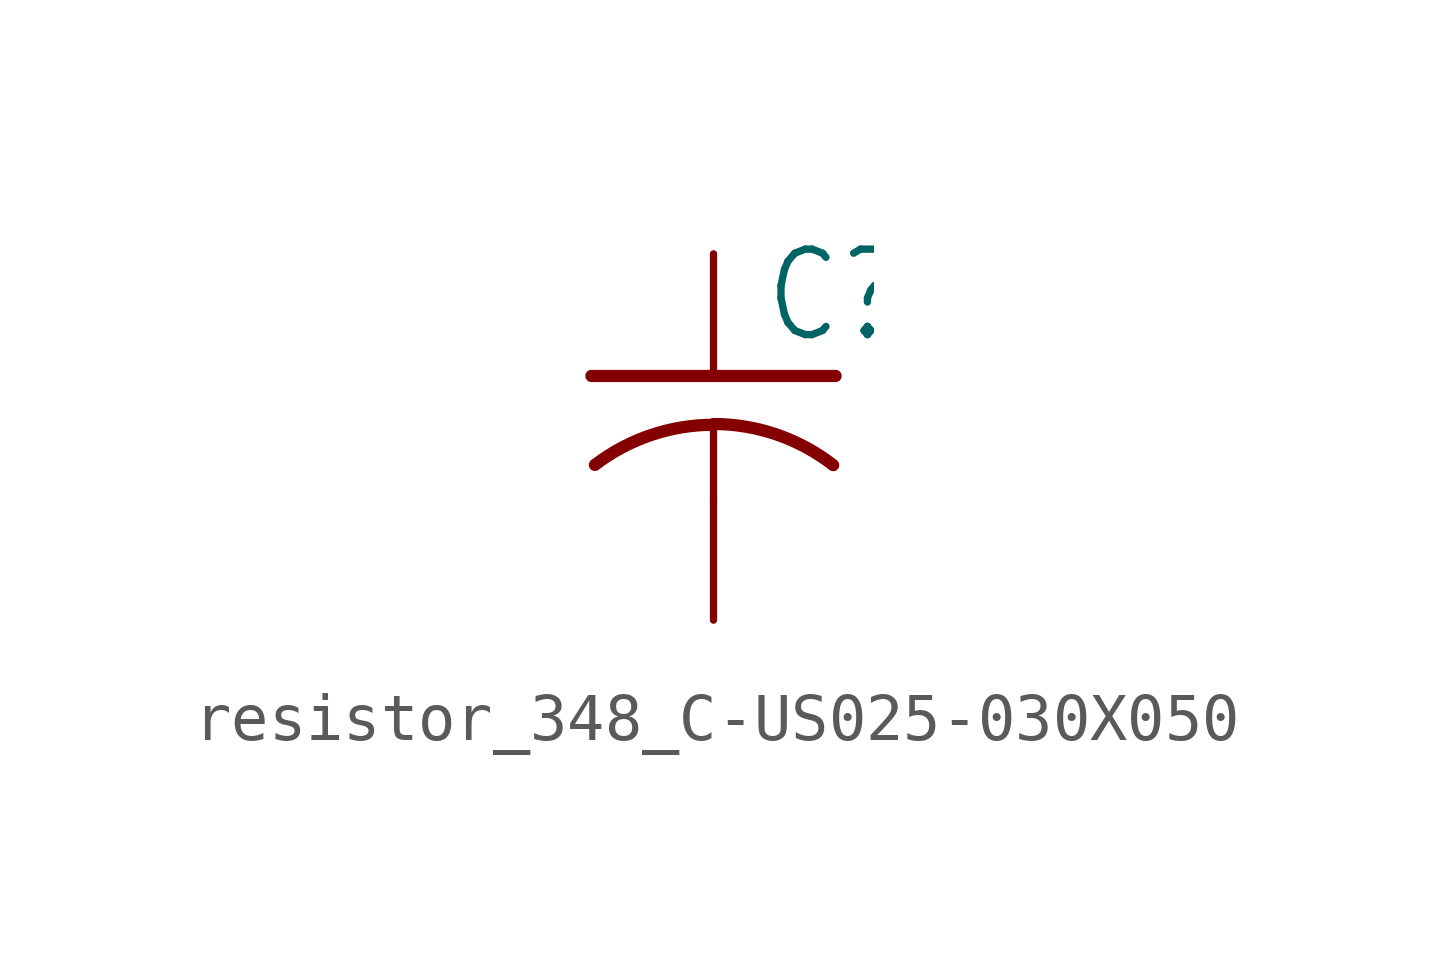
<source format=kicad_sym>
(kicad_symbol_lib
  (version 20241209)
  (generator "kicad_symbol_editor")
  (generator_version "9.0")
  (symbol "resistor_348_C-US025-030X050"
    (property "Reference" "C"
      (at 1.016 0.635 0)
      (effects (font (size 1.778 1.511)) (justify left bottom)))
    (property "Value" ""
      (at 1.016 -4.191 0)
      (effects (font (size 1.778 1.511)) (justify left bottom)))
    (property "ki_locked" ""
      (at 0 0 0)
      (effects (font (size 1.27 1.27))))
    (symbol "resistor_348_C-US025-030X050_1_0"
      (polyline (pts (xy -2.54 0) (xy 2.54 0)) (stroke (width 0.254) (type solid)) (fill (type none)))
      (polyline (pts (xy 0 -1.016) (xy 0 -2.54)) (stroke (width 0.152) (type solid)) (fill (type none)))
      (arc (start 0 -1) (mid 1.3158 -1.2195) (end 2.4892 -1.8541) (stroke (width 0.254) (type solid)) (fill (type none)))
      (arc (start -2.4668 -1.8504) (mid -1.302 -1.2303) (end 0 -1.0161) (stroke (width 0.254) (type solid)) (fill (type none)))
      (pin passive line (at 0 2.54 270) (length 2.54) (name "1" (effects (font (size 0 0)))) (number "1" (effects (font (size 0 0)))))
      (pin passive line (at 0 -5.08 90) (length 2.54) (name "2" (effects (font (size 0 0)))) (number "2" (effects (font (size 0 0))))))))
</source>
